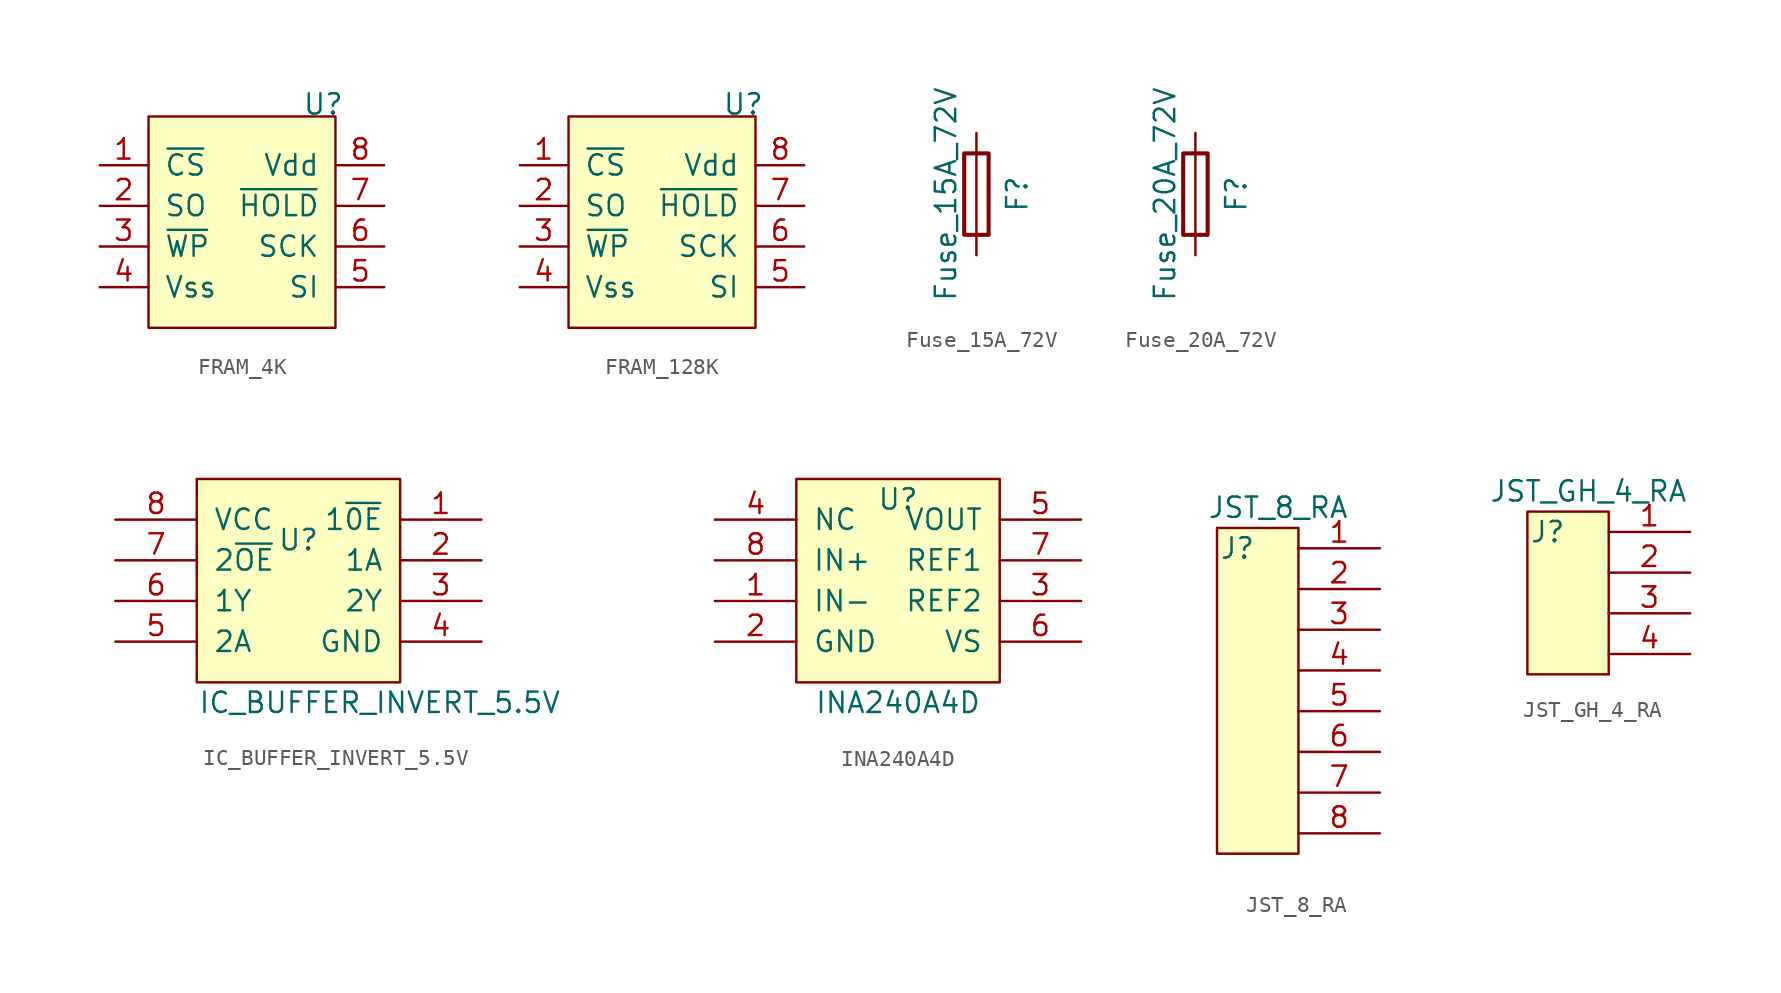
<source format=kicad_sym>
(kicad_symbol_lib
  (version 20211014)
  (generator kicad_symbol_editor)
  (symbol "FRAM_4K"
    (pin_names
      (offset 1.016))
    (property "Reference" "U"
      (at 5.08 3.81 0)
      (effects (font (size 1.27 1.27))))
    (symbol "FRAM_4K_0_1"
      (rectangle (start -5.842 3.048) (end 5.842 -10.16) (stroke (width 0) (type default) (color 0 0 0 0)) (fill (type background))))
    (symbol "FRAM_4K_1_1"
      (pin passive line (at -8.89 0 0) (length 2.997) (name "~{CS}" (effects (font (size 1.27 1.27)))) (number "1" (effects (font (size 1.27 1.27)))))
      (pin passive line (at -8.89 -2.54 0) (length 2.997) (name "SO" (effects (font (size 1.27 1.27)))) (number "2" (effects (font (size 1.27 1.27)))))
      (pin passive line (at -8.89 -5.08 0) (length 2.997) (name "~{WP}" (effects (font (size 1.27 1.27)))) (number "3" (effects (font (size 1.27 1.27)))))
      (pin passive line (at -8.89 -7.62 0) (length 2.997) (name "Vss" (effects (font (size 1.27 1.27)))) (number "4" (effects (font (size 1.27 1.27)))))
      (pin passive line (at 8.89 -7.62 180) (length 2.997) (name "SI" (effects (font (size 1.27 1.27)))) (number "5" (effects (font (size 1.27 1.27)))))
      (pin passive line (at 8.89 -5.08 180) (length 2.997) (name "SCK" (effects (font (size 1.27 1.27)))) (number "6" (effects (font (size 1.27 1.27)))))
      (pin passive line (at 8.89 -2.54 180) (length 2.997) (name "~{HOLD}" (effects (font (size 1.27 1.27)))) (number "7" (effects (font (size 1.27 1.27)))))
      (pin passive line (at 8.89 0 180) (length 2.997) (name "Vdd" (effects (font (size 1.27 1.27)))) (number "8" (effects (font (size 1.27 1.27)))))))
  (symbol "FRAM_128K"
    (pin_names
      (offset 1.016))
    (property "Reference" "U"
      (at 5.08 3.81 0)
      (effects (font (size 1.27 1.27))))
    (symbol "FRAM_128K_0_1"
      (rectangle (start -5.842 3.048) (end 5.842 -10.16) (stroke (width 0) (type default) (color 0 0 0 0)) (fill (type background))))
    (symbol "FRAM_128K_1_1"
      (pin passive line (at -8.89 0 0) (length 2.997) (name "~{CS}" (effects (font (size 1.27 1.27)))) (number "1" (effects (font (size 1.27 1.27)))))
      (pin passive line (at -8.89 -2.54 0) (length 2.997) (name "SO" (effects (font (size 1.27 1.27)))) (number "2" (effects (font (size 1.27 1.27)))))
      (pin passive line (at -8.89 -5.08 0) (length 2.997) (name "~{WP}" (effects (font (size 1.27 1.27)))) (number "3" (effects (font (size 1.27 1.27)))))
      (pin passive line (at -8.89 -7.62 0) (length 2.997) (name "Vss" (effects (font (size 1.27 1.27)))) (number "4" (effects (font (size 1.27 1.27)))))
      (pin passive line (at 8.89 -7.62 180) (length 2.997) (name "SI" (effects (font (size 1.27 1.27)))) (number "5" (effects (font (size 1.27 1.27)))))
      (pin passive line (at 8.89 -5.08 180) (length 2.997) (name "SCK" (effects (font (size 1.27 1.27)))) (number "6" (effects (font (size 1.27 1.27)))))
      (pin passive line (at 8.89 -2.54 180) (length 2.997) (name "~{HOLD}" (effects (font (size 1.27 1.27)))) (number "7" (effects (font (size 1.27 1.27)))))
      (pin passive line (at 8.89 0 180) (length 2.997) (name "Vdd" (effects (font (size 1.27 1.27)))) (number "8" (effects (font (size 1.27 1.27)))))))
  (symbol "Fuse_15A_72V"
    (pin_numbers hide)
    (pin_names
      (offset 0))
    (property "Reference" "F"
      (at 2.54 0 90)
      (effects (font (size 1.27 1.27))))
    (property "Value" "Fuse_15A_72V"
      (at -1.905 0 90)
      (effects (font (size 1.27 1.27))))
    (symbol "Fuse_15A_72V_0_1"
      (rectangle (start -0.762 -2.54) (end 0.762 2.54) (stroke (width 0.254) (type default) (color 0 0 0 0)) (fill (type none)))
      (polyline (pts (xy 0 2.54) (xy 0 -2.54)) (stroke (width 0) (type default) (color 0 0 0 0)) (fill (type none))))
    (symbol "Fuse_15A_72V_1_1"
      (pin passive line (at 0 3.81 270) (length 1.27) (name "~" (effects (font (size 1.27 1.27)))) (number "1" (effects (font (size 1.27 1.27)))))
      (pin passive line (at 0 -3.81 90) (length 1.27) (name "~" (effects (font (size 1.27 1.27)))) (number "2" (effects (font (size 1.27 1.27)))))))
  (symbol "Fuse_20A_72V"
    (pin_numbers hide)
    (pin_names
      (offset 0))
    (property "Reference" "F"
      (at 2.54 0 90)
      (effects (font (size 1.27 1.27))))
    (property "Value" "Fuse_20A_72V"
      (at -1.905 0 90)
      (effects (font (size 1.27 1.27))))
    (symbol "Fuse_20A_72V_0_1"
      (rectangle (start -0.762 -2.54) (end 0.762 2.54) (stroke (width 0.254) (type default) (color 0 0 0 0)) (fill (type none)))
      (polyline (pts (xy 0 2.54) (xy 0 -2.54)) (stroke (width 0) (type default) (color 0 0 0 0)) (fill (type none))))
    (symbol "Fuse_20A_72V_1_1"
      (pin passive line (at 0 3.81 270) (length 1.27) (name "~" (effects (font (size 1.27 1.27)))) (number "1" (effects (font (size 1.27 1.27)))))
      (pin passive line (at 0 -3.81 90) (length 1.27) (name "~" (effects (font (size 1.27 1.27)))) (number "2" (effects (font (size 1.27 1.27)))))))
  (symbol "IC_BUFFER_INVERT_5.5V"
    (pin_names
      (offset 1.016))
    (property "Reference" "U"
      (at 2.54 -3.81 0)
      (effects (font (size 1.27 1.27))))
    (property "Value" "IC_BUFFER_INVERT_5.5V"
      (at 7.62 -13.97 0)
      (effects (font (size 1.27 1.27))))
    (symbol "IC_BUFFER_INVERT_5.5V_0_1"
      (rectangle (start -3.81 0) (end 8.89 -12.7) (stroke (width 0) (type default) (color 0 0 0 0)) (fill (type background))))
    (symbol "IC_BUFFER_INVERT_5.5V_1_1"
      (pin input line (at 13.97 -2.54 180) (length 5.08) (name "1~{0E}" (effects (font (size 1.27 1.27)))) (number "1" (effects (font (size 1.27 1.27)))))
      (pin input line (at 13.97 -5.08 180) (length 5.08) (name "1A" (effects (font (size 1.27 1.27)))) (number "2" (effects (font (size 1.27 1.27)))))
      (pin input line (at 13.97 -7.62 180) (length 5.08) (name "2Y" (effects (font (size 1.27 1.27)))) (number "3" (effects (font (size 1.27 1.27)))))
      (pin input line (at 13.97 -10.16 180) (length 5.08) (name "GND" (effects (font (size 1.27 1.27)))) (number "4" (effects (font (size 1.27 1.27)))))
      (pin input line (at -8.89 -10.16 0) (length 5.08) (name "2A" (effects (font (size 1.27 1.27)))) (number "5" (effects (font (size 1.27 1.27)))))
      (pin input line (at -8.89 -7.62 0) (length 5.08) (name "1Y" (effects (font (size 1.27 1.27)))) (number "6" (effects (font (size 1.27 1.27)))))
      (pin input line (at -8.89 -5.08 0) (length 5.08) (name "2~{OE}" (effects (font (size 1.27 1.27)))) (number "7" (effects (font (size 1.27 1.27)))))
      (pin input line (at -8.89 -2.54 0) (length 5.08) (name "VCC" (effects (font (size 1.27 1.27)))) (number "8" (effects (font (size 1.27 1.27)))))))
  (symbol "INA240A4D"
    (pin_names
      (offset 1.016))
    (property "Reference" "U"
      (at 3.81 0 0)
      (effects (font (size 1.27 1.27))))
    (property "Value" "INA240A4D"
      (at 3.81 -12.7 0)
      (effects (font (size 1.27 1.27))))
    (symbol "INA240A4D_0_1"
      (rectangle (start -2.54 1.27) (end 10.16 -11.43) (stroke (width 0) (type default) (color 0 0 0 0)) (fill (type background))))
    (symbol "INA240A4D_1_1"
      (pin input line (at -7.62 -6.35 0) (length 5.08) (name "IN-" (effects (font (size 1.27 1.27)))) (number "1" (effects (font (size 1.27 1.27)))))
      (pin input line (at -7.62 -8.89 0) (length 5.08) (name "GND" (effects (font (size 1.27 1.27)))) (number "2" (effects (font (size 1.27 1.27)))))
      (pin input line (at 15.24 -6.35 180) (length 5.08) (name "REF2" (effects (font (size 1.27 1.27)))) (number "3" (effects (font (size 1.27 1.27)))))
      (pin input line (at -7.62 -1.27 0) (length 5.08) (name "NC" (effects (font (size 1.27 1.27)))) (number "4" (effects (font (size 1.27 1.27)))))
      (pin input line (at 15.24 -1.27 180) (length 5.08) (name "VOUT" (effects (font (size 1.27 1.27)))) (number "5" (effects (font (size 1.27 1.27)))))
      (pin input line (at 15.24 -8.89 180) (length 5.08) (name "VS" (effects (font (size 1.27 1.27)))) (number "6" (effects (font (size 1.27 1.27)))))
      (pin input line (at 15.24 -3.81 180) (length 5.08) (name "REF1" (effects (font (size 1.27 1.27)))) (number "7" (effects (font (size 1.27 1.27)))))
      (pin input line (at -7.62 -3.81 0) (length 5.08) (name "IN+" (effects (font (size 1.27 1.27)))) (number "8" (effects (font (size 1.27 1.27)))))))
  (symbol "JST_8_RA"
    (pin_names
      (offset 1.016))
    (property "Reference" "J"
      (at -3.81 0 0)
      (effects (font (size 1.27 1.27))))
    (property "Value" "JST_8_RA"
      (at -1.27 2.54 0)
      (effects (font (size 1.27 1.27))))
    (symbol "JST_8_RA_0_1"
      (rectangle (start 0 1.27) (end -5.08 -19.05) (stroke (width 0) (type default) (color 0 0 0 0)) (fill (type background))))
    (symbol "JST_8_RA_1_1"
      (pin input line (at 5.08 0 180) (length 5.08) (name "~" (effects (font (size 1.27 1.27)))) (number "1" (effects (font (size 1.27 1.27)))))
      (pin input line (at 5.08 -2.54 180) (length 5.08) (name "~" (effects (font (size 1.27 1.27)))) (number "2" (effects (font (size 1.27 1.27)))))
      (pin input line (at 5.08 -5.08 180) (length 5.08) (name "~" (effects (font (size 1.27 1.27)))) (number "3" (effects (font (size 1.27 1.27)))))
      (pin input line (at 5.08 -7.62 180) (length 5.08) (name "~" (effects (font (size 1.27 1.27)))) (number "4" (effects (font (size 1.27 1.27)))))
      (pin input line (at 5.08 -10.16 180) (length 5.08) (name "~" (effects (font (size 1.27 1.27)))) (number "5" (effects (font (size 1.27 1.27)))))
      (pin input line (at 5.08 -12.7 180) (length 5.08) (name "~" (effects (font (size 1.27 1.27)))) (number "6" (effects (font (size 1.27 1.27)))))
      (pin input line (at 5.08 -15.24 180) (length 5.08) (name "~" (effects (font (size 1.27 1.27)))) (number "7" (effects (font (size 1.27 1.27)))))
      (pin input line (at 5.08 -17.78 180) (length 5.08) (name "~" (effects (font (size 1.27 1.27)))) (number "8" (effects (font (size 1.27 1.27)))))))
  (symbol "JST_GH_4_RA"
    (pin_names
      (offset 1.016))
    (property "Reference" "J"
      (at -3.81 0 0)
      (effects (font (size 1.27 1.27))))
    (property "Value" "JST_GH_4_RA"
      (at -1.27 2.54 0)
      (effects (font (size 1.27 1.27))))
    (symbol "JST_GH_4_RA_0_1"
      (rectangle (start 0 1.27) (end -5.08 -8.89) (stroke (width 0) (type default) (color 0 0 0 0)) (fill (type background))))
    (symbol "JST_GH_4_RA_1_1"
      (pin input line (at 5.08 0 180) (length 5.08) (name "~" (effects (font (size 1.27 1.27)))) (number "1" (effects (font (size 1.27 1.27)))))
      (pin input line (at 5.08 -2.54 180) (length 5.08) (name "~" (effects (font (size 1.27 1.27)))) (number "2" (effects (font (size 1.27 1.27)))))
      (pin input line (at 5.08 -5.08 180) (length 5.08) (name "~" (effects (font (size 1.27 1.27)))) (number "3" (effects (font (size 1.27 1.27)))))
      (pin input line (at 5.08 -7.62 180) (length 5.08) (name "~" (effects (font (size 1.27 1.27)))) (number "4" (effects (font (size 1.27 1.27))))))))
</source>
